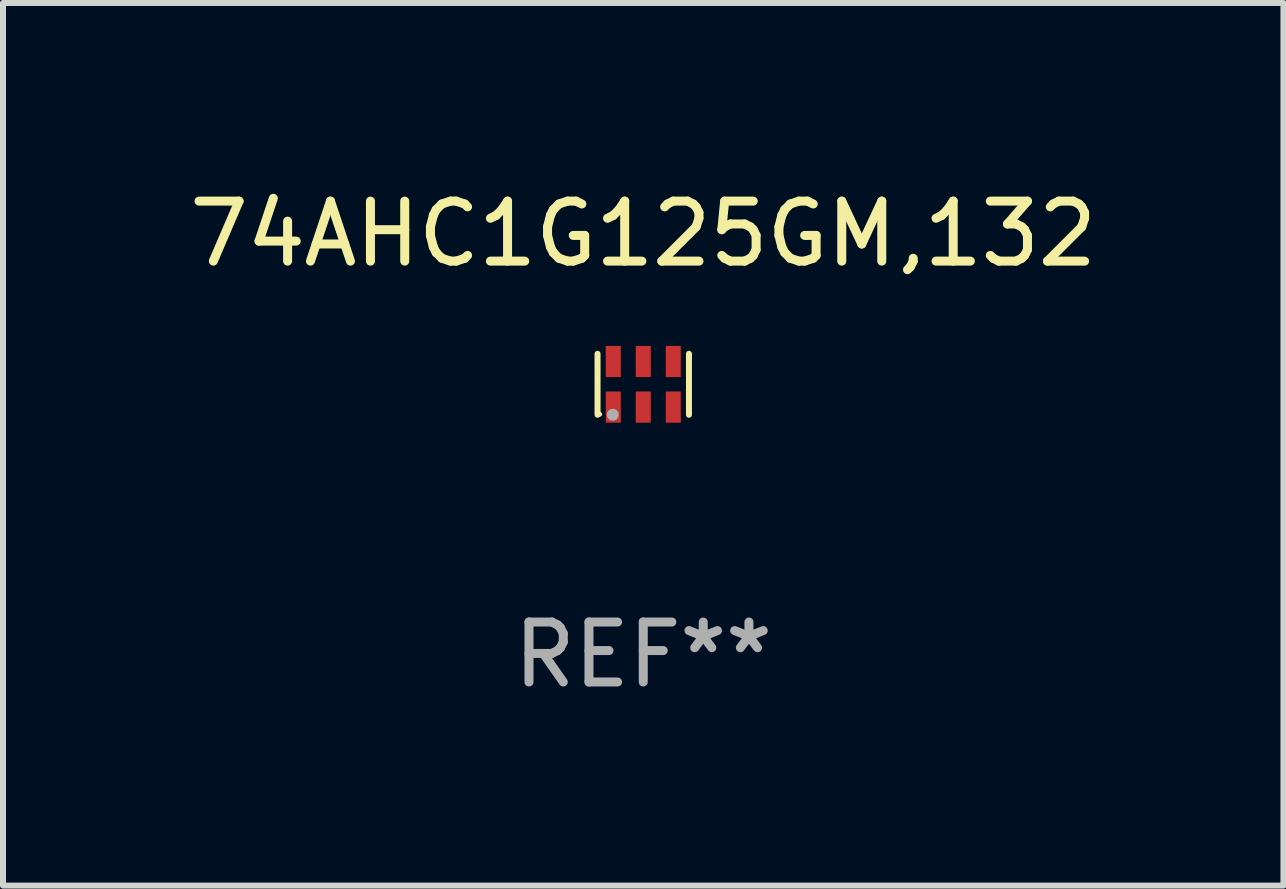
<source format=kicad_pcb>
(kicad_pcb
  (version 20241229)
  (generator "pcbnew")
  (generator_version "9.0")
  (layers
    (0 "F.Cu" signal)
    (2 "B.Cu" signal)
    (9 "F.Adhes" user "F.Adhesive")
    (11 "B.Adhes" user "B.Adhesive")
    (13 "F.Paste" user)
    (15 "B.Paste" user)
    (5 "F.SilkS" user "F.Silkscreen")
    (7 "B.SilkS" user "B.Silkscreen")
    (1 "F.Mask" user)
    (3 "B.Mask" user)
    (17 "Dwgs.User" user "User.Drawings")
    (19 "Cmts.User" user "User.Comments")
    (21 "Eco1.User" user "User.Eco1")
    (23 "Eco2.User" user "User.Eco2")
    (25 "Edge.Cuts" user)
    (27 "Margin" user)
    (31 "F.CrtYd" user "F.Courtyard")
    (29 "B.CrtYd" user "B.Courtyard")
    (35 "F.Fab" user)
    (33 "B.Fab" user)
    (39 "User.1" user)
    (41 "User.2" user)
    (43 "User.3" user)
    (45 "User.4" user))
  (footprint "74AHC1G125GM,132"
    (layer "F.Cu")
    (at 7.673 3.356)
    (property "Reference" "74AHC1G125GM,132" (at 0 -2.508 0) (layer "F.SilkS") (effects (font (size 1 1) (thickness 0.15))))
    (attr through_hole)
    (fp_line (start -0.762 -0.508) (end -0.762 0.508) (stroke (width 0.1) (type solid)) (layer "F.SilkS"))
    (fp_line (start 0.762 -0.508) (end 0.762 0.508) (stroke (width 0.1) (type solid)) (layer "F.SilkS"))
    (fp_circle (center -0.725 0.5) (end -0.705 0.5) (stroke (width 0.04) (type solid)) (fill no) (layer "F.SilkS"))
    (fp_circle (center -0.508 0.508) (end -0.458 0.508) (stroke (width 0.1) (type solid)) (fill no) (layer "F.Fab"))
    (fp_text user "REF**" (at 0 4.508 0) (layer "F.Fab") (effects (font (size 1 1) (thickness 0.15))))
    (pad "1" smd rect (at -0.5 0.38) (size 0.25 0.52) (layers "F.Cu" "F.Mask" "F.Paste"))
    (pad "2" smd rect (at -0.000127 0.38) (size 0.25 0.52) (layers "F.Cu" "F.Mask" "F.Paste"))
    (pad "3" smd rect (at 0.5 0.38) (size 0.25 0.52) (layers "F.Cu" "F.Mask" "F.Paste"))
    (pad "4" smd rect (at 0.5 -0.38 180) (size 0.25 0.52) (layers "F.Cu" "F.Mask" "F.Paste"))
    (pad "5" smd rect (at -0.000127 -0.38 180) (size 0.25 0.52) (layers "F.Cu" "F.Mask" "F.Paste"))
    (pad "6" smd rect (at -0.5 -0.38 180) (size 0.25 0.52) (layers "F.Cu" "F.Mask" "F.Paste")))
  (gr_rect
    (start -3 -3)
    (end 18.345 11.713)
    (stroke (width 0.1) (type default))
    (fill no)
    (layer "Edge.Cuts")))
</source>
